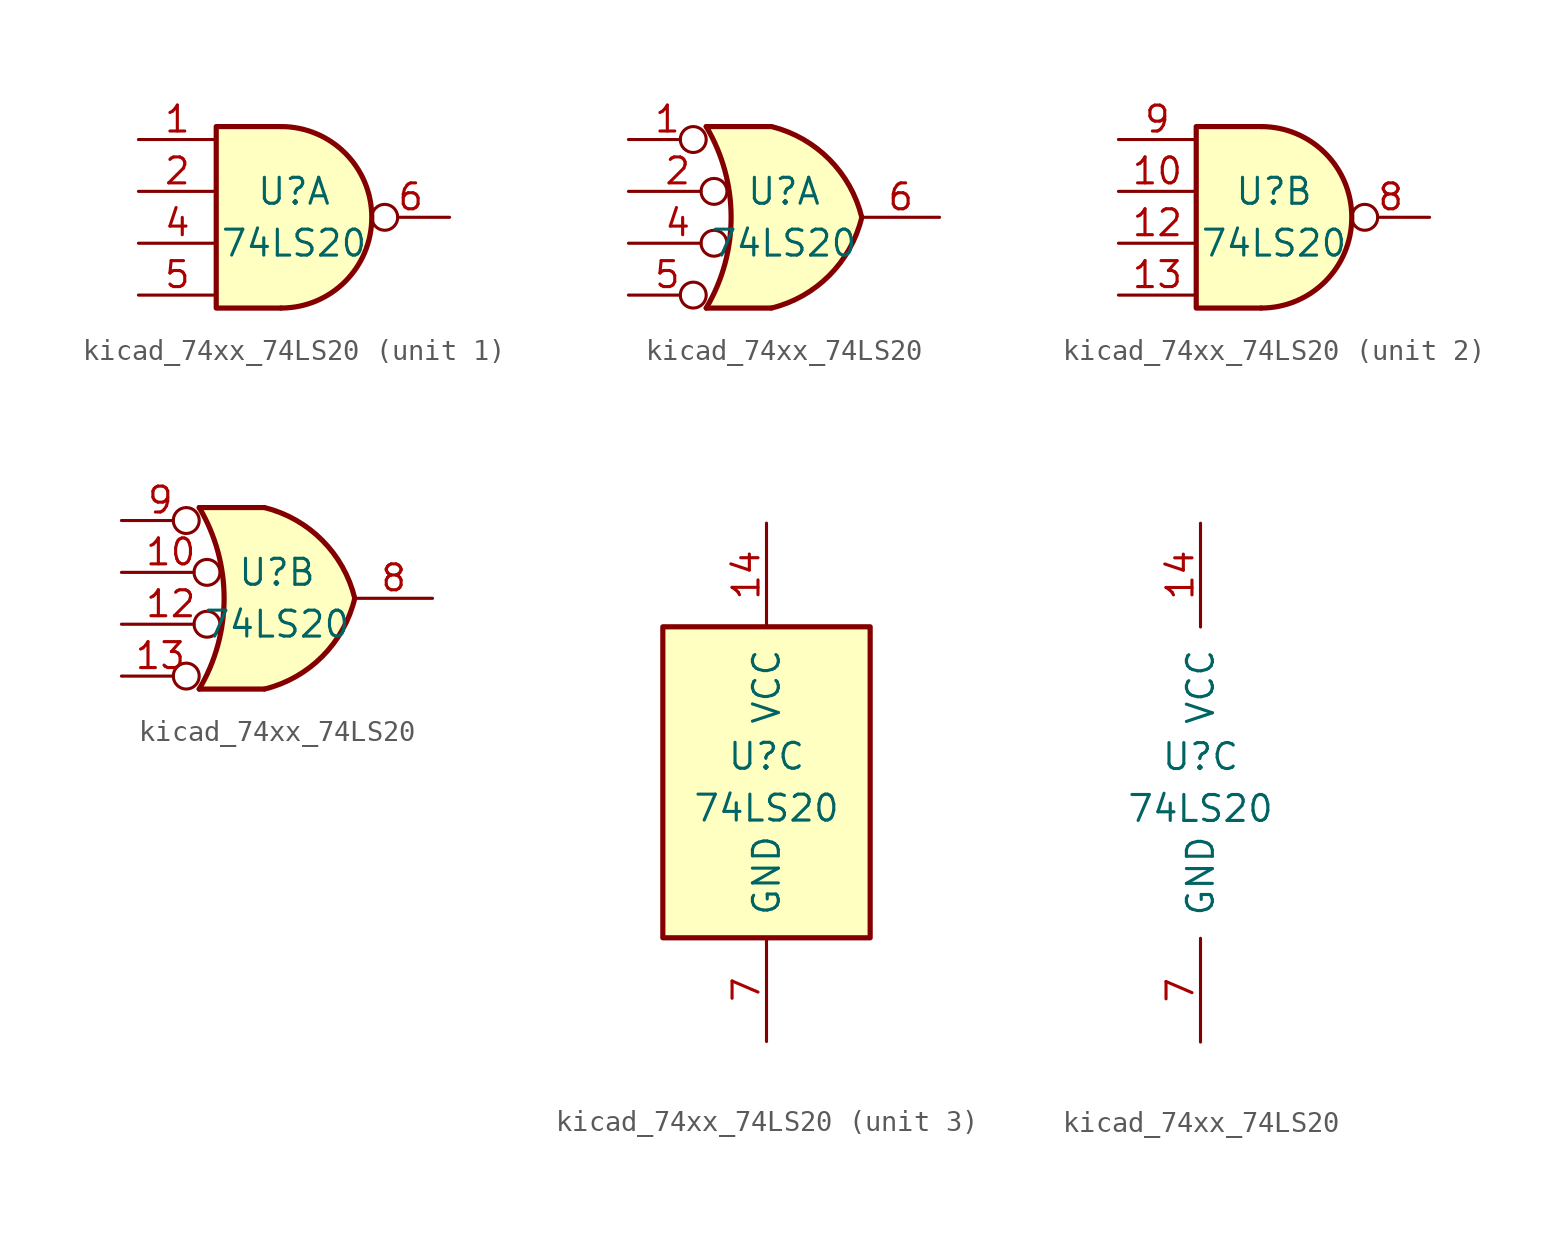
<source format=kicad_sym>
(kicad_symbol_lib
  (version 20220914)
  (generator kicad_symbol_editor)
  (symbol "kicad_74xx_74LS20"
    (pin_names
      (offset 1.016))
    (property "Reference" "U"
      (at 0 1.27 0)
      (effects (font (size 1.27 1.27))))
    (property "Value" "74LS20"
      (at 0 -1.27 0)
      (effects (font (size 1.27 1.27))))
    (property "ki_locked" ""
      (at 0 0 0)
      (effects (font (size 1.27 1.27))))
    (symbol "kicad_74xx_74LS20_1_1"
      (arc (start -0.635 -4.445) (mid 3.7907 0) (end -0.635 4.445) (stroke (width 0.254) (type default)) (fill (type background)))
      (polyline (pts (xy -0.635 4.445) (xy -3.81 4.445) (xy -3.81 -4.445) (xy -0.635 -4.445)) (stroke (width 0.254) (type default)) (fill (type background)))
      (pin input line (at -7.62 3.81 0) (length 3.81) (name "~" (effects (font (size 1.27 1.27)))) (number "1" (effects (font (size 1.27 1.27)))))
      (pin input line (at -7.62 1.27 0) (length 3.81) (name "~" (effects (font (size 1.27 1.27)))) (number "2" (effects (font (size 1.27 1.27)))))
      (pin input line (at -7.62 -1.27 0) (length 3.81) (name "~" (effects (font (size 1.27 1.27)))) (number "4" (effects (font (size 1.27 1.27)))))
      (pin input line (at -7.62 -3.81 0) (length 3.81) (name "~" (effects (font (size 1.27 1.27)))) (number "5" (effects (font (size 1.27 1.27)))))
      (pin output inverted (at 7.62 0 180) (length 3.81) (name "~" (effects (font (size 1.27 1.27)))) (number "6" (effects (font (size 1.27 1.27))))))
    (symbol "kicad_74xx_74LS20_1_2"
      (arc (start -3.81 -4.445) (mid -2.5908 0) (end -3.81 4.445) (stroke (width 0.254) (type default)) (fill (type none)))
      (arc (start -0.6096 -4.445) (mid 2.2246 -2.8422) (end 3.81 0) (stroke (width 0.254) (type default)) (fill (type background)))
      (polyline (pts (xy -3.81 -4.445) (xy -0.635 -4.445)) (stroke (width 0.254) (type default)) (fill (type background)))
      (polyline (pts (xy -3.81 4.445) (xy -0.635 4.445)) (stroke (width 0.254) (type default)) (fill (type background)))
      (polyline (pts (xy -0.635 4.445) (xy -3.81 4.445) (xy -3.81 4.445) (xy -3.632 4.089) (xy -3.099 2.921) (xy -2.769 1.676) (xy -2.616 0.432) (xy -2.642 -0.864) (xy -2.87 -2.108) (xy -3.251 -3.327) (xy -3.81 -4.445) (xy -3.81 -4.445) (xy -0.635 -4.445)) (stroke (width -25.4) (type default)) (fill (type background)))
      (arc (start 3.81 0) (mid 2.2204 2.8379) (end -0.6096 4.445) (stroke (width 0.254) (type default)) (fill (type background)))
      (pin input inverted (at -7.62 3.81 0) (length 3.81) (name "~" (effects (font (size 1.27 1.27)))) (number "1" (effects (font (size 1.27 1.27)))))
      (pin input inverted (at -7.62 1.27 0) (length 4.826) (name "~" (effects (font (size 1.27 1.27)))) (number "2" (effects (font (size 1.27 1.27)))))
      (pin input inverted (at -7.62 -1.27 0) (length 4.826) (name "~" (effects (font (size 1.27 1.27)))) (number "4" (effects (font (size 1.27 1.27)))))
      (pin input inverted (at -7.62 -3.81 0) (length 3.81) (name "~" (effects (font (size 1.27 1.27)))) (number "5" (effects (font (size 1.27 1.27)))))
      (pin output line (at 7.62 0 180) (length 3.81) (name "~" (effects (font (size 1.27 1.27)))) (number "6" (effects (font (size 1.27 1.27))))))
    (symbol "kicad_74xx_74LS20_2_1"
      (arc (start -0.635 -4.445) (mid 3.7907 0) (end -0.635 4.445) (stroke (width 0.254) (type default)) (fill (type background)))
      (polyline (pts (xy -0.635 4.445) (xy -3.81 4.445) (xy -3.81 -4.445) (xy -0.635 -4.445)) (stroke (width 0.254) (type default)) (fill (type background)))
      (pin input line (at -7.62 1.27 0) (length 3.81) (name "~" (effects (font (size 1.27 1.27)))) (number "10" (effects (font (size 1.27 1.27)))))
      (pin input line (at -7.62 -1.27 0) (length 3.81) (name "~" (effects (font (size 1.27 1.27)))) (number "12" (effects (font (size 1.27 1.27)))))
      (pin input line (at -7.62 -3.81 0) (length 3.81) (name "~" (effects (font (size 1.27 1.27)))) (number "13" (effects (font (size 1.27 1.27)))))
      (pin output inverted (at 7.62 0 180) (length 3.81) (name "~" (effects (font (size 1.27 1.27)))) (number "8" (effects (font (size 1.27 1.27)))))
      (pin input line (at -7.62 3.81 0) (length 3.81) (name "~" (effects (font (size 1.27 1.27)))) (number "9" (effects (font (size 1.27 1.27))))))
    (symbol "kicad_74xx_74LS20_2_2"
      (arc (start -3.81 -4.445) (mid -2.5908 0) (end -3.81 4.445) (stroke (width 0.254) (type default)) (fill (type none)))
      (arc (start -0.6096 -4.445) (mid 2.2246 -2.8422) (end 3.81 0) (stroke (width 0.254) (type default)) (fill (type background)))
      (polyline (pts (xy -3.81 -4.445) (xy -0.635 -4.445)) (stroke (width 0.254) (type default)) (fill (type background)))
      (polyline (pts (xy -3.81 4.445) (xy -0.635 4.445)) (stroke (width 0.254) (type default)) (fill (type background)))
      (polyline (pts (xy -0.635 4.445) (xy -3.81 4.445) (xy -3.81 4.445) (xy -3.632 4.089) (xy -3.099 2.921) (xy -2.769 1.676) (xy -2.616 0.432) (xy -2.642 -0.864) (xy -2.87 -2.108) (xy -3.251 -3.327) (xy -3.81 -4.445) (xy -3.81 -4.445) (xy -0.635 -4.445)) (stroke (width -25.4) (type default)) (fill (type background)))
      (arc (start 3.81 0) (mid 2.2204 2.8379) (end -0.6096 4.445) (stroke (width 0.254) (type default)) (fill (type background)))
      (pin input inverted (at -7.62 1.27 0) (length 4.826) (name "~" (effects (font (size 1.27 1.27)))) (number "10" (effects (font (size 1.27 1.27)))))
      (pin input inverted (at -7.62 -1.27 0) (length 4.826) (name "~" (effects (font (size 1.27 1.27)))) (number "12" (effects (font (size 1.27 1.27)))))
      (pin input inverted (at -7.62 -3.81 0) (length 3.81) (name "~" (effects (font (size 1.27 1.27)))) (number "13" (effects (font (size 1.27 1.27)))))
      (pin output line (at 7.62 0 180) (length 3.81) (name "~" (effects (font (size 1.27 1.27)))) (number "8" (effects (font (size 1.27 1.27)))))
      (pin input inverted (at -7.62 3.81 0) (length 3.81) (name "~" (effects (font (size 1.27 1.27)))) (number "9" (effects (font (size 1.27 1.27))))))
    (symbol "kicad_74xx_74LS20_3_0"
      (pin power_in line (at 0 12.7 270) (length 5.08) (name "VCC" (effects (font (size 1.27 1.27)))) (number "14" (effects (font (size 1.27 1.27)))))
      (pin power_in line (at 0 -12.7 90) (length 5.08) (name "GND" (effects (font (size 1.27 1.27)))) (number "7" (effects (font (size 1.27 1.27))))))
    (symbol "kicad_74xx_74LS20_3_1"
      (rectangle (start -5.08 7.62) (end 5.08 -7.62) (stroke (width 0.254) (type default)) (fill (type background))))))
</source>
